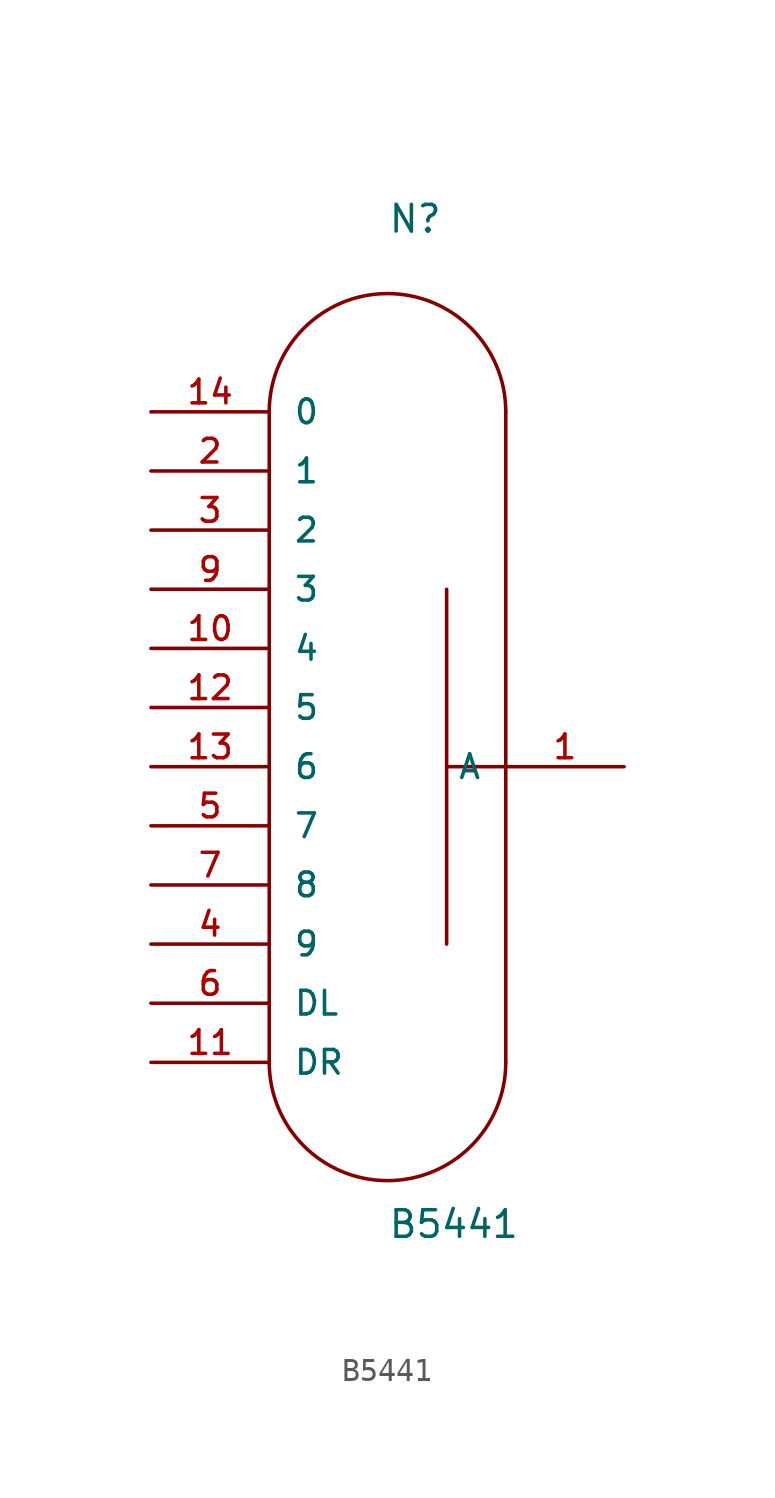
<source format=kicad_sym>
(kicad_symbol_lib
  (version 20241209)
  (generator "kicad_symbol_editor")
  (generator_version "9.0")
  (symbol "B5441"
    (pin_names
      (offset 1.016))
    (property "Reference" "N"
      (at 0 22.86 0)
      (effects (font (size 1.143 1.143)) (justify left bottom)))
    (property "Value" "B5441"
      (at 0 -20.32 0)
      (effects (font (size 1.143 1.143)) (justify left bottom)))
    (property "ki_locked" ""
      (at 0 0 0)
      (effects (font (size 1.27 1.27))))
    (symbol "B5441_1_0"
      (polyline (pts (xy -5.08 15.24) (xy -5.08 -12.7)) (stroke (width 0) (type default)) (fill (type none)))
      (polyline (pts (xy 2.54 -7.62) (xy 2.54 7.62)) (stroke (width 0) (type default)) (fill (type none)))
      (polyline (pts (xy 5.08 15.24) (xy 5.08 -12.7)) (stroke (width 0) (type default)) (fill (type none)))
      (polyline (pts (xy 5.08 0) (xy 2.54 0)) (stroke (width 0) (type default)) (fill (type none))))
    (symbol "B5441_1_1"
      (arc (start -5.08 15.24) (mid 0 20.2978) (end 5.08 15.24) (stroke (width 0) (type default)) (fill (type none)))
      (arc (start 5.08 -12.7) (mid 0 -17.7578) (end -5.08 -12.7) (stroke (width 0) (type default)) (fill (type none)))
      (pin passive line (at -10.16 15.24 0) (length 5.08) (name "0" (effects (font (size 1.016 1.016)))) (number "14" (effects (font (size 1.016 1.016)))))
      (pin passive line (at -10.16 12.7 0) (length 5.08) (name "1" (effects (font (size 1.016 1.016)))) (number "2" (effects (font (size 1.016 1.016)))))
      (pin passive line (at -10.16 10.16 0) (length 5.08) (name "2" (effects (font (size 1.016 1.016)))) (number "3" (effects (font (size 1.016 1.016)))))
      (pin passive line (at -10.16 7.62 0) (length 5.08) (name "3" (effects (font (size 1.016 1.016)))) (number "9" (effects (font (size 1.016 1.016)))))
      (pin passive line (at -10.16 5.08 0) (length 5.08) (name "4" (effects (font (size 1.016 1.016)))) (number "10" (effects (font (size 1.016 1.016)))))
      (pin passive line (at -10.16 2.54 0) (length 5.08) (name "5" (effects (font (size 1.016 1.016)))) (number "12" (effects (font (size 1.016 1.016)))))
      (pin passive line (at -10.16 0 0) (length 5.08) (name "6" (effects (font (size 1.016 1.016)))) (number "13" (effects (font (size 1.016 1.016)))))
      (pin passive line (at -10.16 -2.54 0) (length 5.08) (name "7" (effects (font (size 1.016 1.016)))) (number "5" (effects (font (size 1.016 1.016)))))
      (pin passive line (at -10.16 -5.08 0) (length 5.08) (name "8" (effects (font (size 1.016 1.016)))) (number "7" (effects (font (size 1.016 1.016)))))
      (pin passive line (at -10.16 -7.62 0) (length 5.08) (name "9" (effects (font (size 1.016 1.016)))) (number "4" (effects (font (size 1.016 1.016)))))
      (pin passive line (at -10.16 -10.16 0) (length 5.08) (name "DL" (effects (font (size 1.016 1.016)))) (number "6" (effects (font (size 1.016 1.016)))))
      (pin passive line (at -10.16 -12.7 0) (length 5.08) (name "DR" (effects (font (size 1.016 1.016)))) (number "11" (effects (font (size 1.016 1.016)))))
      (pin passive line (at 10.16 0 180) (length 5.08) (name "A" (effects (font (size 1.016 1.016)))) (number "1" (effects (font (size 1.016 1.016))))))))
</source>
